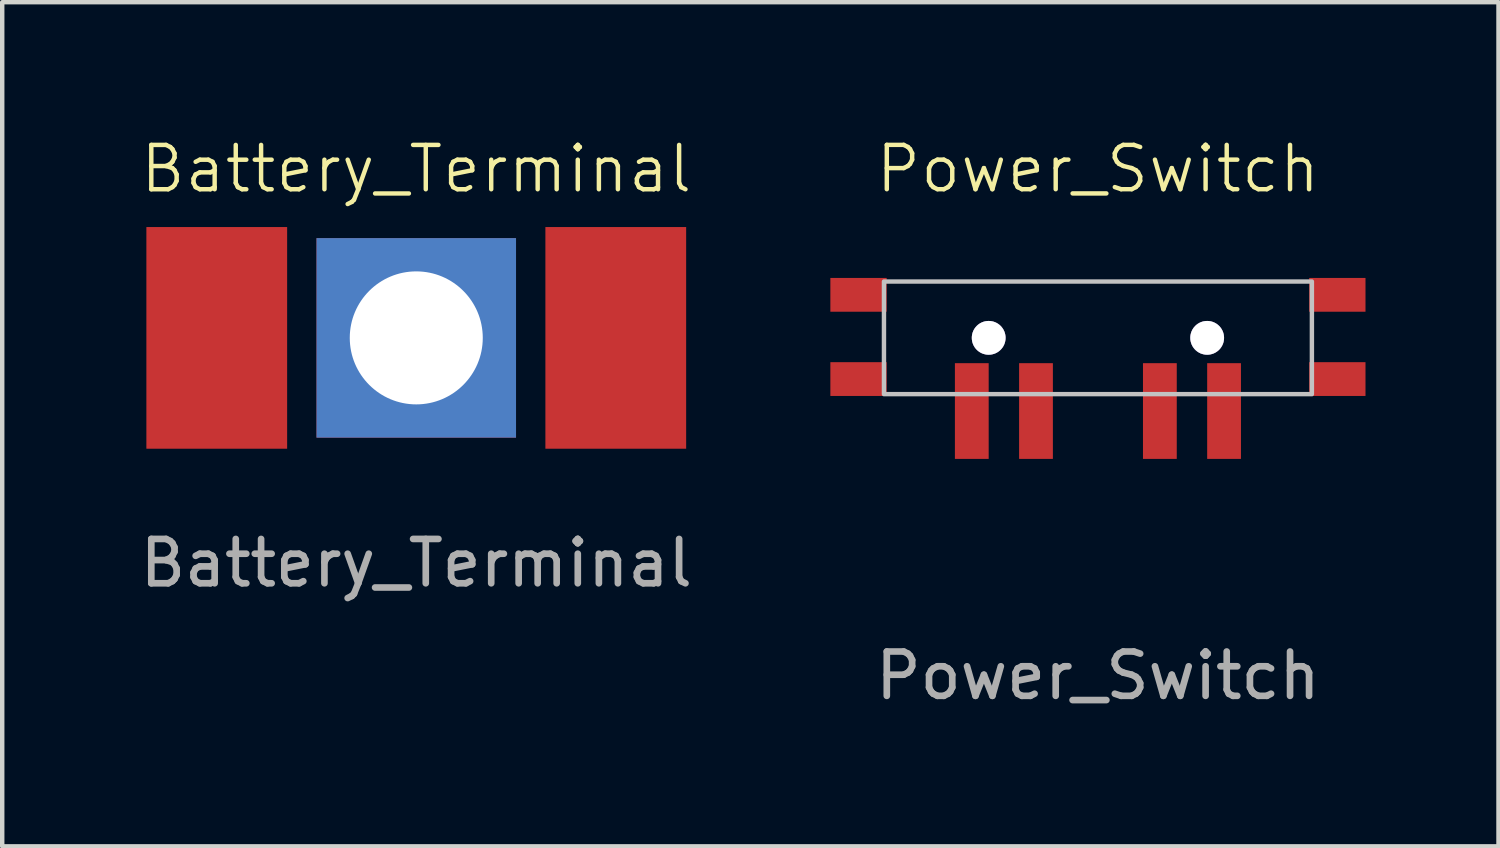
<source format=kicad_pcb>
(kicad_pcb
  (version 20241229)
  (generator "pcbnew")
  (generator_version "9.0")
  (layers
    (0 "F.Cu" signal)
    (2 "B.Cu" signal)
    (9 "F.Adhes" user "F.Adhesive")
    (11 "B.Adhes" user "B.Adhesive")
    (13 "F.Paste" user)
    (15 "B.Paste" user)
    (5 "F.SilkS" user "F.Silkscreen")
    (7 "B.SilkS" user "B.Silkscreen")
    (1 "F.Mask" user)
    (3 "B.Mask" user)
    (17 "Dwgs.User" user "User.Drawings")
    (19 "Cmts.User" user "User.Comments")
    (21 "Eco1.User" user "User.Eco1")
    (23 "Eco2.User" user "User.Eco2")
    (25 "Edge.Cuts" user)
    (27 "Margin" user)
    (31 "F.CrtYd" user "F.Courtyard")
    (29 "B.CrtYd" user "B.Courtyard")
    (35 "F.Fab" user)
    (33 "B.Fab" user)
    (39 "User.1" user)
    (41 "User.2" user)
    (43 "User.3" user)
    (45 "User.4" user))
  (footprint "Power_Switch"
    (layer "F.Cu")
    (at 21.714 3.3)
    (property "Reference" "Power_Switch" (at 0 -2.54 0) (unlocked yes) (layer "F.SilkS") (effects (font (size 1 1) (thickness 0.1))))
    (attr smd)
    (fp_rect (start -4.826 0) (end 4.826 2.54) (stroke (width 0.1) (type default)) (fill no) (layer "Dwgs.User"))
    (fp_text user "${REFERENCE}" (at 0 8.89 0) (unlocked yes) (layer "F.Fab") (effects (font (size 1 1) (thickness 0.15))))
    (pad "" smd rect (at -5.4 0.3) (size 1.27 0.762) (layers "F.Cu" "F.Mask" "F.Paste"))
    (pad "" smd rect (at -5.4 2.2) (size 1.27 0.762) (layers "F.Cu" "F.Mask" "F.Paste"))
    (pad "" thru_hole circle (at -2.464 1.27) (size 0.762 0.762) (drill 0.762) (layers "*.Cu" "*.Mask"))
    (pad "" thru_hole circle (at 2.464 1.27) (size 0.762 0.762) (drill 0.762) (layers "*.Cu" "*.Mask"))
    (pad "" smd rect (at 5.4 0.3) (size 1.27 0.762) (layers "F.Cu" "F.Mask" "F.Paste"))
    (pad "" smd rect (at 5.4 2.2) (size 1.27 0.762) (layers "F.Cu" "F.Mask" "F.Paste"))
    (pad "1" smd rect (at -2.845 2.921 90) (size 2.159 0.762) (layers "F.Cu" "F.Mask" "F.Paste"))
    (pad "2" smd rect (at -1.397 2.921 90) (size 2.159 0.762) (layers "F.Cu" "F.Mask" "F.Paste"))
    (pad "3" smd rect (at 1.397 2.921 90) (size 2.159 0.762) (layers "F.Cu" "F.Mask" "F.Paste"))
    (pad "4" smd rect (at 2.845 2.921 90) (size 2.159 0.762) (layers "F.Cu" "F.Mask" "F.Paste")))
  (footprint "Battery_Terminal"
    (layer "F.Cu")
    (at 6.339 4.571)
    (property "Reference" "Battery_Terminal" (at 0 -3.81 0) (unlocked yes) (layer "F.SilkS") (effects (font (size 1 1) (thickness 0.1))))
    (fp_text user "${REFERENCE}" (at 0 5.08 0) (unlocked yes) (layer "F.Fab") (effects (font (size 1 1) (thickness 0.15))))
    (pad "1" smd rect (at -4.5 0) (size 3.175 5) (layers "F.Cu" "F.Mask" "F.Paste"))
    (pad "1" thru_hole rect (at 0 0) (size 4.5 4.5) (drill 3) (layers "*.Cu" "*.Mask"))
    (pad "1" smd rect (at 4.5 0) (size 3.175 5) (layers "F.Cu" "F.Mask" "F.Paste")))
  (gr_rect
    (start -3 -3)
    (end 30.749 16.039)
    (stroke (width 0.1) (type default))
    (fill no)
    (layer "Edge.Cuts")))
</source>
